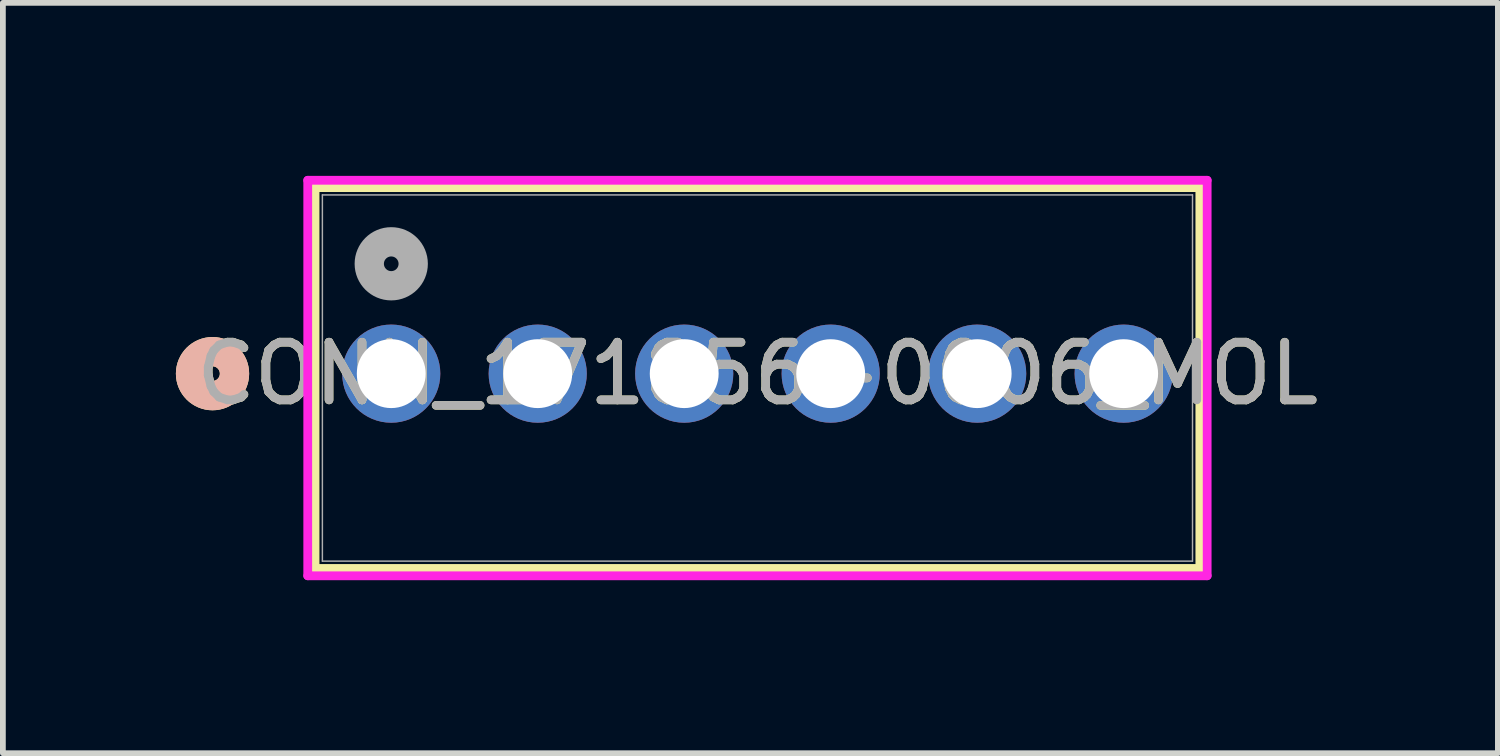
<source format=kicad_pcb>
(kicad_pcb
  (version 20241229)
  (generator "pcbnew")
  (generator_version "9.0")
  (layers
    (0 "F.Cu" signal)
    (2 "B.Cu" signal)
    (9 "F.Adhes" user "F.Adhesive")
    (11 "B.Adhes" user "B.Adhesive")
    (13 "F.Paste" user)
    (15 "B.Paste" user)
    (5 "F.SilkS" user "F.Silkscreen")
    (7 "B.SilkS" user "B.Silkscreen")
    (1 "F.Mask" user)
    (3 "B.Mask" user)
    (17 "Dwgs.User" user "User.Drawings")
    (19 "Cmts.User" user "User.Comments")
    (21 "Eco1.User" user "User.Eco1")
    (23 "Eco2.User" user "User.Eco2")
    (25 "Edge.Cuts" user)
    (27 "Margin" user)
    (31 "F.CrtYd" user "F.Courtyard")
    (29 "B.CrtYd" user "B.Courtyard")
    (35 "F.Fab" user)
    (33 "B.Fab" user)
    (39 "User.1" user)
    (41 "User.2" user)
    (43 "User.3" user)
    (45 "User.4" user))
  (footprint "CONN_171856-0006_MOL"
    (layer "F.Cu")
    (at 3.734 3.429)
    (property "Reference" "CONN_171856-0006_MOL" (at 6.35 0 0) (unlocked yes) (layer "F.SilkS") (effects (font (size 1 1) (thickness 0.15))))
    (attr through_hole)
    (fp_line (start -1.321 -3.226) (end -1.321 3.378) (stroke (width 0.152) (type solid)) (layer "F.SilkS"))
    (fp_line (start -1.321 3.378) (end 14.021 3.378) (stroke (width 0.152) (type solid)) (layer "F.SilkS"))
    (fp_line (start 14.021 -3.226) (end -1.321 -3.226) (stroke (width 0.152) (type solid)) (layer "F.SilkS"))
    (fp_line (start 14.021 3.378) (end 14.021 -3.226) (stroke (width 0.152) (type solid)) (layer "F.SilkS"))
    (fp_circle (center -3.099 0) (end -2.718 0) (stroke (width 0.508) (type solid)) (fill no) (layer "F.SilkS"))
    (fp_circle (center -3.099 0) (end -2.718 0) (stroke (width 0.508) (type solid)) (fill no) (layer "B.SilkS"))
    (fp_line (start -1.448 -3.353) (end -1.448 3.505) (stroke (width 0.152) (type solid)) (layer "F.CrtYd"))
    (fp_line (start -1.448 3.505) (end 14.148 3.505) (stroke (width 0.152) (type solid)) (layer "F.CrtYd"))
    (fp_line (start 14.148 -3.353) (end -1.448 -3.353) (stroke (width 0.152) (type solid)) (layer "F.CrtYd"))
    (fp_line (start 14.148 3.505) (end 14.148 -3.353) (stroke (width 0.152) (type solid)) (layer "F.CrtYd"))
    (fp_line (start -1.194 -3.099) (end -1.194 3.251) (stroke (width 0.025) (type solid)) (layer "F.Fab"))
    (fp_line (start -1.194 3.251) (end 13.894 3.251) (stroke (width 0.025) (type solid)) (layer "F.Fab"))
    (fp_line (start 13.894 -3.099) (end -1.194 -3.099) (stroke (width 0.025) (type solid)) (layer "F.Fab"))
    (fp_line (start 13.894 3.251) (end 13.894 -3.099) (stroke (width 0.025) (type solid)) (layer "F.Fab"))
    (fp_circle (center 0 -1.905) (end 0.381 -1.905) (stroke (width 0.508) (type solid)) (fill no) (layer "F.Fab"))
    (fp_text user "${REFERENCE}" (at 6.35 0 0) (unlocked yes) (layer "F.Fab") (effects (font (size 1 1) (thickness 0.15))))
    (pad "1" thru_hole circle (at 0 0) (size 1.702 1.702) (drill 1.194) (layers "*.Cu" "*.Mask"))
    (pad "2" thru_hole circle (at 2.54 0) (size 1.702 1.702) (drill 1.194) (layers "*.Cu" "*.Mask"))
    (pad "3" thru_hole circle (at 5.08 0) (size 1.702 1.702) (drill 1.194) (layers "*.Cu" "*.Mask"))
    (pad "4" thru_hole circle (at 7.62 0) (size 1.702 1.702) (drill 1.194) (layers "*.Cu" "*.Mask"))
    (pad "5" thru_hole circle (at 10.16 0) (size 1.702 1.702) (drill 1.194) (layers "*.Cu" "*.Mask"))
    (pad "6" thru_hole circle (at 12.7 0) (size 1.702 1.702) (drill 1.194) (layers "*.Cu" "*.Mask")))
  (gr_rect
    (start -3 -3)
    (end 22.923 10.01)
    (stroke (width 0.1) (type default))
    (fill no)
    (layer "Edge.Cuts")))
</source>
